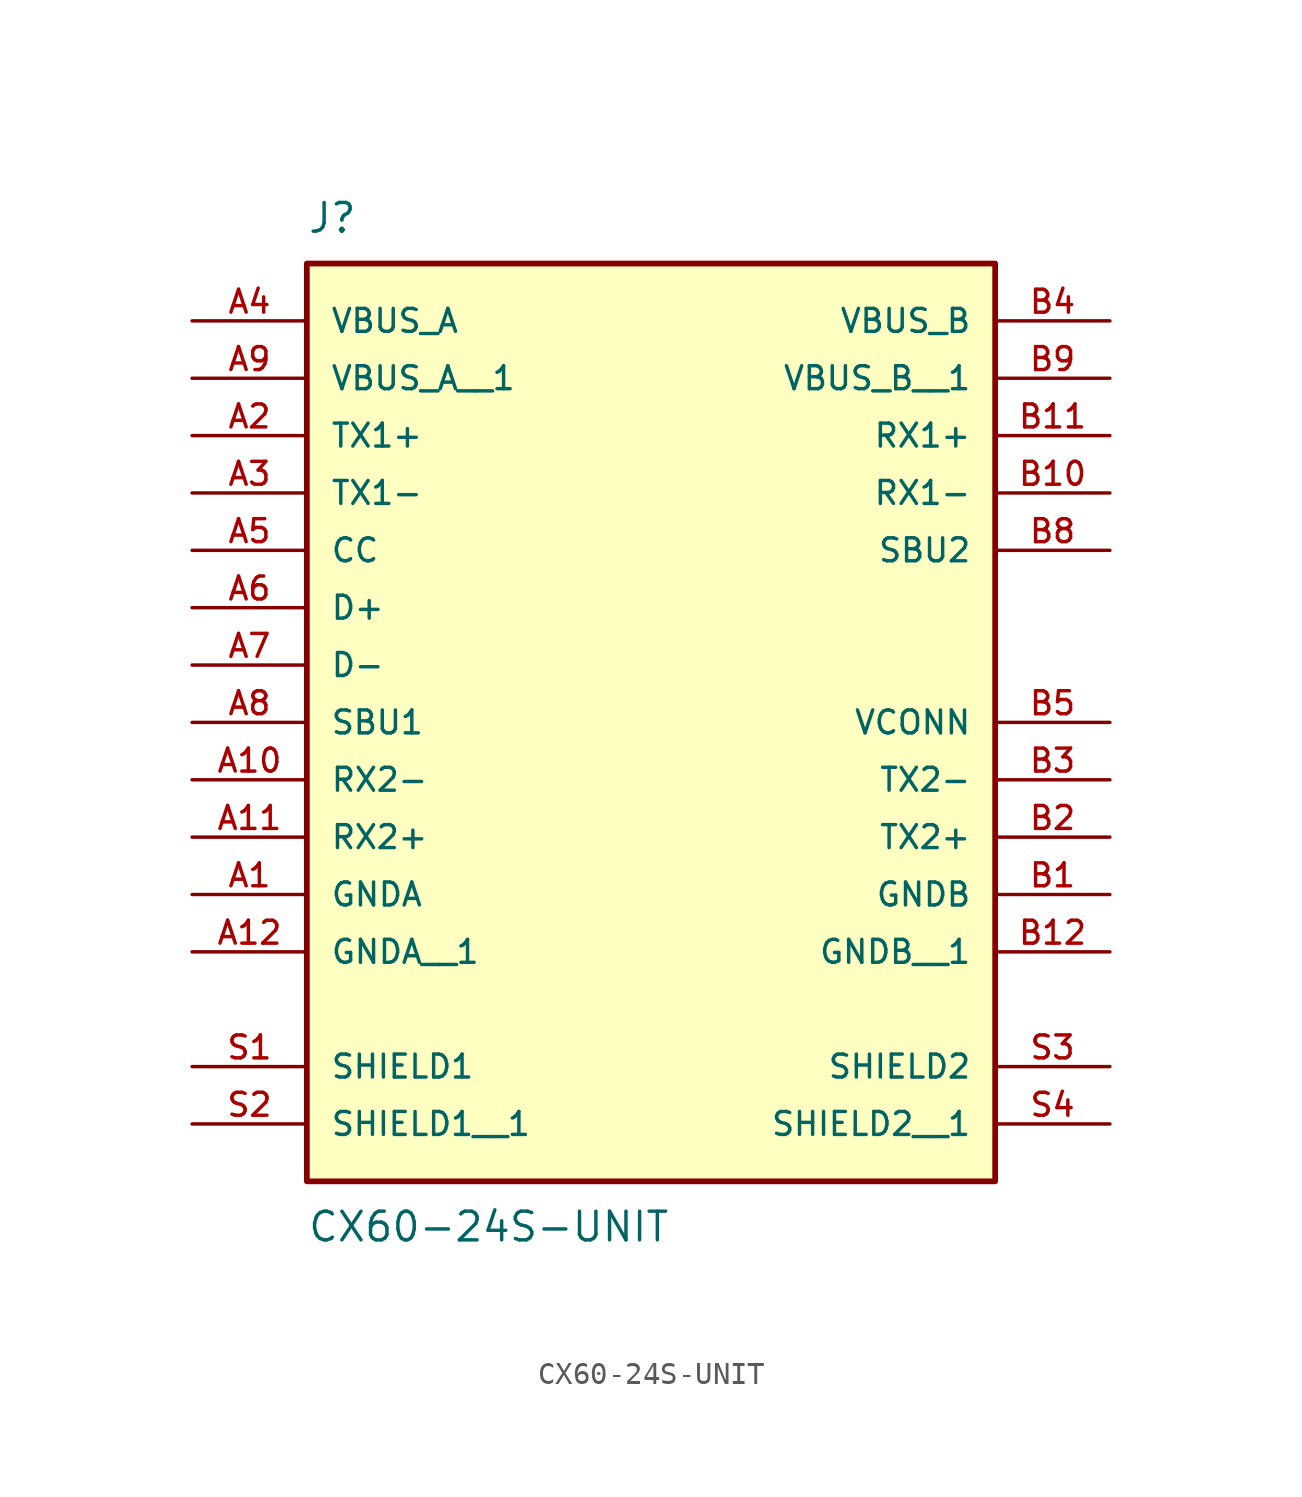
<source format=kicad_sym>
(kicad_symbol_lib
  (version 20211014)
  (generator kicad_symbol_editor)
  (symbol "CX60-24S-UNIT"
    (pin_names
      (offset 1.016))
    (property "Reference" "J"
      (at -15.24 16.51 0)
      (effects (font (size 1.27 1.27)) (justify bottom left)))
    (property "Value" "CX60-24S-UNIT"
      (at -15.24 -26.67 0.0)
      (effects (font (size 1.27 1.27)) (justify top left)))
    (symbol "CX60-24S-UNIT_0_0"
      (rectangle (start -15.24 -25.4) (end 15.24 15.24) (stroke (width 0.254)) (fill (type background)))
      (pin bidirectional line (at -20.32 7.62 0) (length 5.08) (name "TX1+" (effects (font (size 1.016 1.016)))) (number "A2" (effects (font (size 1.016 1.016)))))
      (pin bidirectional line (at -20.32 5.08 0) (length 5.08) (name "TX1-" (effects (font (size 1.016 1.016)))) (number "A3" (effects (font (size 1.016 1.016)))))
      (pin power_in line (at -20.32 12.7 0) (length 5.08) (name "VBUS_A" (effects (font (size 1.016 1.016)))) (number "A4" (effects (font (size 1.016 1.016)))))
      (pin bidirectional line (at -20.32 2.54 0) (length 5.08) (name "CC" (effects (font (size 1.016 1.016)))) (number "A5" (effects (font (size 1.016 1.016)))))
      (pin bidirectional line (at -20.32 0.0 0) (length 5.08) (name "D+" (effects (font (size 1.016 1.016)))) (number "A6" (effects (font (size 1.016 1.016)))))
      (pin bidirectional line (at -20.32 -2.54 0) (length 5.08) (name "D-" (effects (font (size 1.016 1.016)))) (number "A7" (effects (font (size 1.016 1.016)))))
      (pin bidirectional line (at -20.32 -5.08 0) (length 5.08) (name "SBU1" (effects (font (size 1.016 1.016)))) (number "A8" (effects (font (size 1.016 1.016)))))
      (pin bidirectional line (at -20.32 -7.62 0) (length 5.08) (name "RX2-" (effects (font (size 1.016 1.016)))) (number "A10" (effects (font (size 1.016 1.016)))))
      (pin bidirectional line (at -20.32 -10.16 0) (length 5.08) (name "RX2+" (effects (font (size 1.016 1.016)))) (number "A11" (effects (font (size 1.016 1.016)))))
      (pin power_in line (at -20.32 -12.7 0) (length 5.08) (name "GNDA" (effects (font (size 1.016 1.016)))) (number "A1" (effects (font (size 1.016 1.016)))))
      (pin bidirectional line (at 20.32 7.62 180.0) (length 5.08) (name "RX1+" (effects (font (size 1.016 1.016)))) (number "B11" (effects (font (size 1.016 1.016)))))
      (pin bidirectional line (at 20.32 5.08 180.0) (length 5.08) (name "RX1-" (effects (font (size 1.016 1.016)))) (number "B10" (effects (font (size 1.016 1.016)))))
      (pin power_in line (at 20.32 12.7 180.0) (length 5.08) (name "VBUS_B" (effects (font (size 1.016 1.016)))) (number "B4" (effects (font (size 1.016 1.016)))))
      (pin bidirectional line (at 20.32 2.54 180.0) (length 5.08) (name "SBU2" (effects (font (size 1.016 1.016)))) (number "B8" (effects (font (size 1.016 1.016)))))
      (pin bidirectional line (at 20.32 -5.08 180.0) (length 5.08) (name "VCONN" (effects (font (size 1.016 1.016)))) (number "B5" (effects (font (size 1.016 1.016)))))
      (pin bidirectional line (at 20.32 -7.62 180.0) (length 5.08) (name "TX2-" (effects (font (size 1.016 1.016)))) (number "B3" (effects (font (size 1.016 1.016)))))
      (pin bidirectional line (at 20.32 -10.16 180.0) (length 5.08) (name "TX2+" (effects (font (size 1.016 1.016)))) (number "B2" (effects (font (size 1.016 1.016)))))
      (pin power_in line (at 20.32 -12.7 180.0) (length 5.08) (name "GNDB" (effects (font (size 1.016 1.016)))) (number "B1" (effects (font (size 1.016 1.016)))))
      (pin passive line (at -20.32 -20.32 0) (length 5.08) (name "SHIELD1" (effects (font (size 1.016 1.016)))) (number "S1" (effects (font (size 1.016 1.016)))))
      (pin passive line (at 20.32 -20.32 180.0) (length 5.08) (name "SHIELD2" (effects (font (size 1.016 1.016)))) (number "S3" (effects (font (size 1.016 1.016)))))
      (pin power_in line (at -20.32 10.16 0) (length 5.08) (name "VBUS_A__1" (effects (font (size 1.016 1.016)))) (number "A9" (effects (font (size 1.016 1.016)))))
      (pin power_in line (at -20.32 -15.24 0) (length 5.08) (name "GNDA__1" (effects (font (size 1.016 1.016)))) (number "A12" (effects (font (size 1.016 1.016)))))
      (pin passive line (at -20.32 -22.86 0) (length 5.08) (name "SHIELD1__1" (effects (font (size 1.016 1.016)))) (number "S2" (effects (font (size 1.016 1.016)))))
      (pin power_in line (at 20.32 10.16 180.0) (length 5.08) (name "VBUS_B__1" (effects (font (size 1.016 1.016)))) (number "B9" (effects (font (size 1.016 1.016)))))
      (pin power_in line (at 20.32 -15.24 180.0) (length 5.08) (name "GNDB__1" (effects (font (size 1.016 1.016)))) (number "B12" (effects (font (size 1.016 1.016)))))
      (pin passive line (at 20.32 -22.86 180.0) (length 5.08) (name "SHIELD2__1" (effects (font (size 1.016 1.016)))) (number "S4" (effects (font (size 1.016 1.016))))))))
</source>
